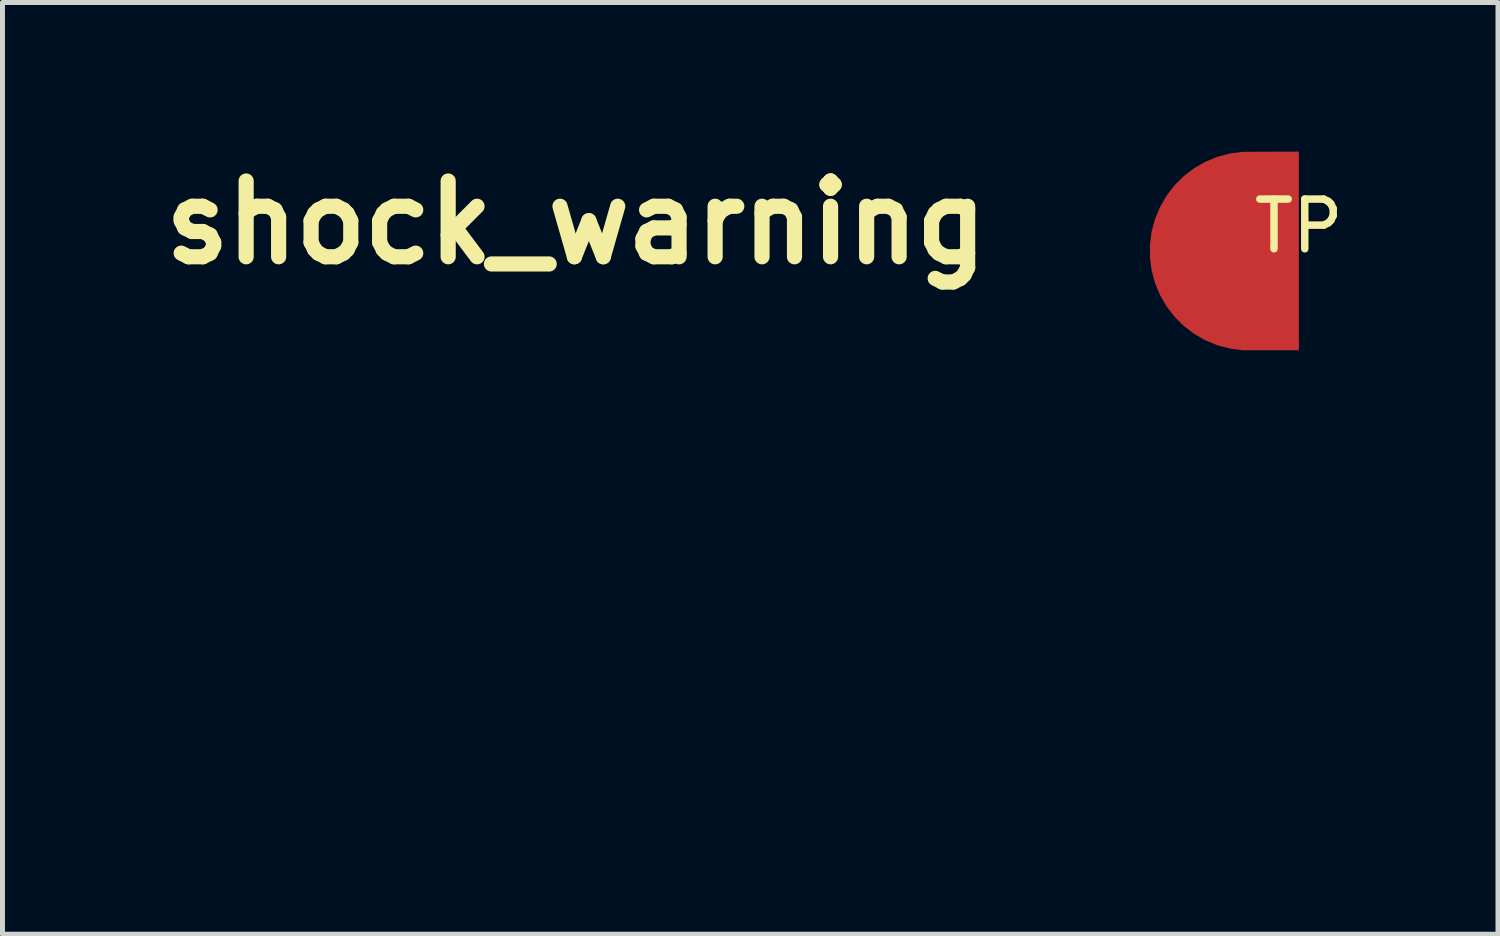
<source format=kicad_pcb>
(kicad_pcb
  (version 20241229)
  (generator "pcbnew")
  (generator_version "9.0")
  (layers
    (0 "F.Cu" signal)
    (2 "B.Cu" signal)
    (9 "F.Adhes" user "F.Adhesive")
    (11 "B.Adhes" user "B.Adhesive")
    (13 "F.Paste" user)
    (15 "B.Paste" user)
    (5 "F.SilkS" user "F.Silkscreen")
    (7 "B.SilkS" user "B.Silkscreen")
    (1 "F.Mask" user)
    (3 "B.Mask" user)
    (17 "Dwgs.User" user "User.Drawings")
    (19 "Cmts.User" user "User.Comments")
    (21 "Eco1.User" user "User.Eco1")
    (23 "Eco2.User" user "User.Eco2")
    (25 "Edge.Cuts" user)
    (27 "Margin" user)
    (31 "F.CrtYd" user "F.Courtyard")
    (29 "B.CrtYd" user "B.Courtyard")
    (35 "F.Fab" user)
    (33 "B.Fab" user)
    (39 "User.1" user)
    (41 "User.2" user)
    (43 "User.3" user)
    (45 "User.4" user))
  (footprint "TP"
    (layer "F.Cu")
    (at 23.079 2)
    (property "Reference" "TP" (at 0 -0.5 0) (unlocked yes) (layer "F.SilkS") (effects (font (size 1 1) (thickness 0.15))))
    (attr smd)
    (pad "1" smd custom (at -1.5 0) (size 1.524 1.524) (layers "F.Cu" "F.Mask" "F.Paste") (options (anchor circle)) (primitives (gr_poly (pts (xy -1.143 -0.381) (xy -1.127 -0.49) (xy -1.072 -0.602) (xy -0.983 -0.691) (xy -0.871 -0.746) (xy -0.762 -0.762) (xy 0.762 -0.762) (xy 0.871 -0.746) (xy 0.983 -0.691) (xy 1.072 -0.602) (xy 1.127 -0.49) (xy 1.143 -0.381) (xy 1.143 0.381) (xy 1.127 0.49) (xy 1.072 0.602) (xy 0.983 0.691) (xy 0.871 0.746) (xy 0.762 0.762) (xy -0.762 0.762) (xy -0.871 0.746) (xy -0.983 0.691) (xy -1.072 0.602) (xy -1.127 0.49) (xy -1.143 0.381)) (width 0) (fill yes)) (gr_poly (pts (xy 0.369 -1.996) (xy 0.11 -1.962) (xy -0.143 -1.894) (xy -0.385 -1.794) (xy -0.611 -1.663) (xy -0.819 -1.504) (xy -1.004 -1.319) (xy -1.163 -1.111) (xy -1.294 -0.885) (xy -1.394 -0.643) (xy -1.462 -0.39) (xy -1.496 -0.131) (xy -1.496 0.131) (xy -1.462 0.39) (xy -1.394 0.643) (xy -1.294 0.885) (xy -1.163 1.111) (xy -1.004 1.319) (xy -0.819 1.504) (xy -0.611 1.663) (xy -0.385 1.794) (xy -0.143 1.894) (xy 0.11 1.962) (xy 0.369 1.996) (xy 1.5 1.996) (xy 1.5 -2)) (width 0) (fill yes)))))
  (footprint "shock_warning"
    (layer "F.Cu")
    (at 8.542 4.474)
    (property "Reference" "shock_warning" (at 0 -3.048 0) (layer "F.SilkS") (effects (font (size 1.524 1.524) (thickness 0.305))))
    (attr exclude_from_pos_files exclude_from_bom)
    (fp_poly (pts (xy 1.663 8.268) (xy 1.301 6.214) (xy 1.701 6.786) (xy 2.206 3.843) (xy 0 5.117) (xy 1.371 0) (xy 2.678 0) (xy 1.236 3.752) (xy 3.432 2.485) (xy 2.296 6.878) (xy 2.943 6.441) (xy 1.663 8.269) (xy 1.663 8.268)) (stroke (width 0) (type solid)) (fill yes) (layer "F.Mask")))
  (gr_rect
    (start -3 -3)
    (end 27.085 15.743)
    (stroke (width 0.1) (type default))
    (fill no)
    (layer "Edge.Cuts")))
</source>
